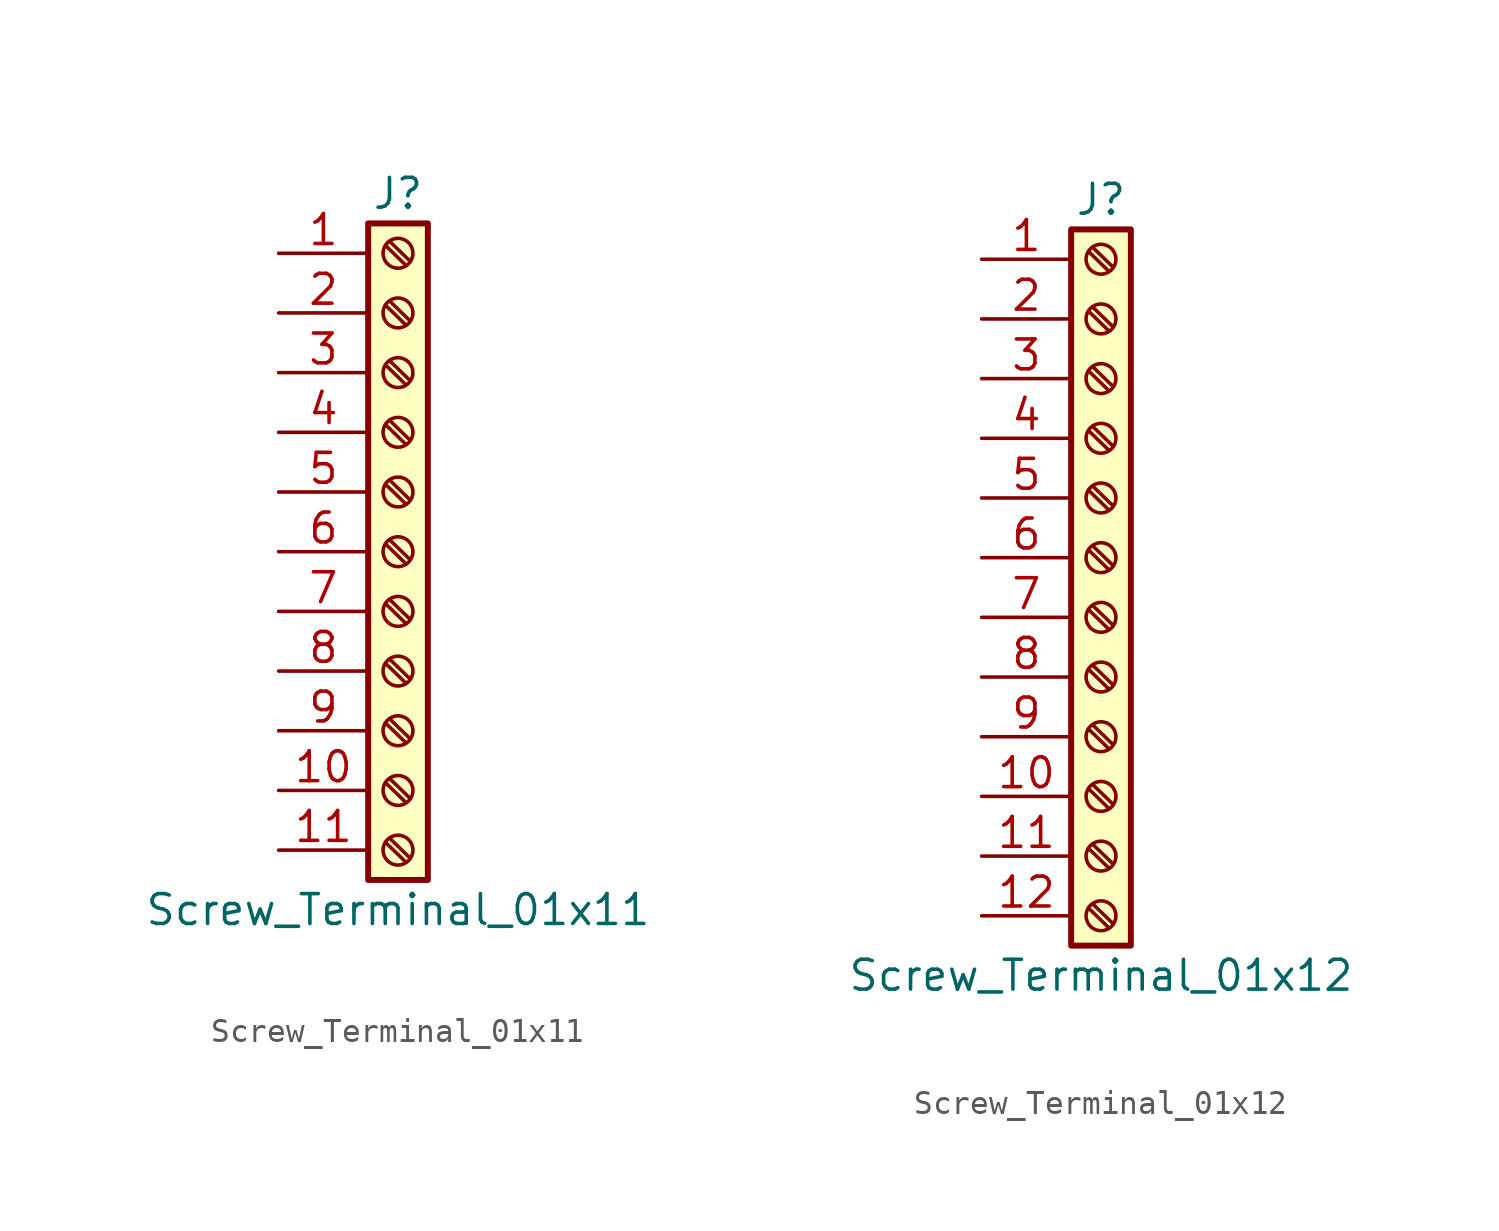
<source format=kicad_sym>
(kicad_symbol_lib
  (version 20201005)
  (generator kicad_symbol_editor)
  (symbol "Connector:Screw_Terminal_01x11"
    (pin_names
      (offset 1.016) hide)
    (property "Reference" "J"
      (at 0 15.24 0)
      (effects (font (size 1.27 1.27))))
    (property "Value" "Screw_Terminal_01x11"
      (at 0 -15.24 0)
      (effects (font (size 1.27 1.27))))
    (symbol "Screw_Terminal_01x11_1_1"
      (circle (center 0 -12.7) (radius 0.635) (stroke (width 0.152)) (fill (type none)))
      (circle (center 0 -10.16) (radius 0.635) (stroke (width 0.152)) (fill (type none)))
      (circle (center 0 -7.62) (radius 0.635) (stroke (width 0.152)) (fill (type none)))
      (circle (center 0 -5.08) (radius 0.635) (stroke (width 0.152)) (fill (type none)))
      (circle (center 0 -2.54) (radius 0.635) (stroke (width 0.152)) (fill (type none)))
      (circle (center 0 0) (radius 0.635) (stroke (width 0.152)) (fill (type none)))
      (circle (center 0 2.54) (radius 0.635) (stroke (width 0.152)) (fill (type none)))
      (circle (center 0 5.08) (radius 0.635) (stroke (width 0.152)) (fill (type none)))
      (circle (center 0 7.62) (radius 0.635) (stroke (width 0.152)) (fill (type none)))
      (circle (center 0 10.16) (radius 0.635) (stroke (width 0.152)) (fill (type none)))
      (circle (center 0 12.7) (radius 0.635) (stroke (width 0.152)) (fill (type none)))
      (rectangle (start -1.27 13.97) (end 1.27 -13.97) (stroke (width 0.254)) (fill (type background)))
      (polyline (pts (xy -0.533 -12.37) (xy 0.33 -13.208)) (stroke (width 0.152)) (fill (type none)))
      (polyline (pts (xy -0.533 -9.83) (xy 0.33 -10.668)) (stroke (width 0.152)) (fill (type none)))
      (polyline (pts (xy -0.533 -7.29) (xy 0.33 -8.128)) (stroke (width 0.152)) (fill (type none)))
      (polyline (pts (xy -0.533 -4.75) (xy 0.33 -5.588)) (stroke (width 0.152)) (fill (type none)))
      (polyline (pts (xy -0.533 -2.21) (xy 0.33 -3.048)) (stroke (width 0.152)) (fill (type none)))
      (polyline (pts (xy -0.533 0.33) (xy 0.33 -0.508)) (stroke (width 0.152)) (fill (type none)))
      (polyline (pts (xy -0.533 2.87) (xy 0.33 2.032)) (stroke (width 0.152)) (fill (type none)))
      (polyline (pts (xy -0.533 5.41) (xy 0.33 4.572)) (stroke (width 0.152)) (fill (type none)))
      (polyline (pts (xy -0.533 7.95) (xy 0.33 7.112)) (stroke (width 0.152)) (fill (type none)))
      (polyline (pts (xy -0.533 10.49) (xy 0.33 9.652)) (stroke (width 0.152)) (fill (type none)))
      (polyline (pts (xy -0.533 13.03) (xy 0.33 12.192)) (stroke (width 0.152)) (fill (type none)))
      (polyline (pts (xy -0.356 -12.192) (xy 0.508 -13.03)) (stroke (width 0.152)) (fill (type none)))
      (polyline (pts (xy -0.356 -9.652) (xy 0.508 -10.49)) (stroke (width 0.152)) (fill (type none)))
      (polyline (pts (xy -0.356 -7.112) (xy 0.508 -7.95)) (stroke (width 0.152)) (fill (type none)))
      (polyline (pts (xy -0.356 -4.572) (xy 0.508 -5.41)) (stroke (width 0.152)) (fill (type none)))
      (polyline (pts (xy -0.356 -2.032) (xy 0.508 -2.87)) (stroke (width 0.152)) (fill (type none)))
      (polyline (pts (xy -0.356 0.508) (xy 0.508 -0.33)) (stroke (width 0.152)) (fill (type none)))
      (polyline (pts (xy -0.356 3.048) (xy 0.508 2.21)) (stroke (width 0.152)) (fill (type none)))
      (polyline (pts (xy -0.356 5.588) (xy 0.508 4.75)) (stroke (width 0.152)) (fill (type none)))
      (polyline (pts (xy -0.356 8.128) (xy 0.508 7.29)) (stroke (width 0.152)) (fill (type none)))
      (polyline (pts (xy -0.356 10.668) (xy 0.508 9.83)) (stroke (width 0.152)) (fill (type none)))
      (polyline (pts (xy -0.356 13.208) (xy 0.508 12.37)) (stroke (width 0.152)) (fill (type none)))
      (pin passive line (at -5.08 12.7 0) (length 3.81) (name "Pin_1" (effects (font (size 1.27 1.27)))) (number "1" (effects (font (size 1.27 1.27)))))
      (pin passive line (at -5.08 -10.16 0) (length 3.81) (name "Pin_10" (effects (font (size 1.27 1.27)))) (number "10" (effects (font (size 1.27 1.27)))))
      (pin passive line (at -5.08 -12.7 0) (length 3.81) (name "Pin_11" (effects (font (size 1.27 1.27)))) (number "11" (effects (font (size 1.27 1.27)))))
      (pin passive line (at -5.08 10.16 0) (length 3.81) (name "Pin_2" (effects (font (size 1.27 1.27)))) (number "2" (effects (font (size 1.27 1.27)))))
      (pin passive line (at -5.08 7.62 0) (length 3.81) (name "Pin_3" (effects (font (size 1.27 1.27)))) (number "3" (effects (font (size 1.27 1.27)))))
      (pin passive line (at -5.08 5.08 0) (length 3.81) (name "Pin_4" (effects (font (size 1.27 1.27)))) (number "4" (effects (font (size 1.27 1.27)))))
      (pin passive line (at -5.08 2.54 0) (length 3.81) (name "Pin_5" (effects (font (size 1.27 1.27)))) (number "5" (effects (font (size 1.27 1.27)))))
      (pin passive line (at -5.08 0 0) (length 3.81) (name "Pin_6" (effects (font (size 1.27 1.27)))) (number "6" (effects (font (size 1.27 1.27)))))
      (pin passive line (at -5.08 -2.54 0) (length 3.81) (name "Pin_7" (effects (font (size 1.27 1.27)))) (number "7" (effects (font (size 1.27 1.27)))))
      (pin passive line (at -5.08 -5.08 0) (length 3.81) (name "Pin_8" (effects (font (size 1.27 1.27)))) (number "8" (effects (font (size 1.27 1.27)))))
      (pin passive line (at -5.08 -7.62 0) (length 3.81) (name "Pin_9" (effects (font (size 1.27 1.27)))) (number "9" (effects (font (size 1.27 1.27)))))))
  (symbol "Connector:Screw_Terminal_01x12"
    (pin_names
      (offset 1.016) hide)
    (property "Reference" "J"
      (at 0 15.24 0)
      (effects (font (size 1.27 1.27))))
    (property "Value" "Screw_Terminal_01x12"
      (at 0 -17.78 0)
      (effects (font (size 1.27 1.27))))
    (symbol "Screw_Terminal_01x12_1_1"
      (circle (center 0 -15.24) (radius 0.635) (stroke (width 0.152)) (fill (type none)))
      (circle (center 0 -12.7) (radius 0.635) (stroke (width 0.152)) (fill (type none)))
      (circle (center 0 -10.16) (radius 0.635) (stroke (width 0.152)) (fill (type none)))
      (circle (center 0 -7.62) (radius 0.635) (stroke (width 0.152)) (fill (type none)))
      (circle (center 0 -5.08) (radius 0.635) (stroke (width 0.152)) (fill (type none)))
      (circle (center 0 -2.54) (radius 0.635) (stroke (width 0.152)) (fill (type none)))
      (circle (center 0 0) (radius 0.635) (stroke (width 0.152)) (fill (type none)))
      (circle (center 0 2.54) (radius 0.635) (stroke (width 0.152)) (fill (type none)))
      (circle (center 0 5.08) (radius 0.635) (stroke (width 0.152)) (fill (type none)))
      (circle (center 0 7.62) (radius 0.635) (stroke (width 0.152)) (fill (type none)))
      (circle (center 0 10.16) (radius 0.635) (stroke (width 0.152)) (fill (type none)))
      (circle (center 0 12.7) (radius 0.635) (stroke (width 0.152)) (fill (type none)))
      (rectangle (start -1.27 13.97) (end 1.27 -16.51) (stroke (width 0.254)) (fill (type background)))
      (polyline (pts (xy -0.533 -14.91) (xy 0.33 -15.748)) (stroke (width 0.152)) (fill (type none)))
      (polyline (pts (xy -0.533 -12.37) (xy 0.33 -13.208)) (stroke (width 0.152)) (fill (type none)))
      (polyline (pts (xy -0.533 -9.83) (xy 0.33 -10.668)) (stroke (width 0.152)) (fill (type none)))
      (polyline (pts (xy -0.533 -7.29) (xy 0.33 -8.128)) (stroke (width 0.152)) (fill (type none)))
      (polyline (pts (xy -0.533 -4.75) (xy 0.33 -5.588)) (stroke (width 0.152)) (fill (type none)))
      (polyline (pts (xy -0.533 -2.21) (xy 0.33 -3.048)) (stroke (width 0.152)) (fill (type none)))
      (polyline (pts (xy -0.533 0.33) (xy 0.33 -0.508)) (stroke (width 0.152)) (fill (type none)))
      (polyline (pts (xy -0.533 2.87) (xy 0.33 2.032)) (stroke (width 0.152)) (fill (type none)))
      (polyline (pts (xy -0.533 5.41) (xy 0.33 4.572)) (stroke (width 0.152)) (fill (type none)))
      (polyline (pts (xy -0.533 7.95) (xy 0.33 7.112)) (stroke (width 0.152)) (fill (type none)))
      (polyline (pts (xy -0.533 10.49) (xy 0.33 9.652)) (stroke (width 0.152)) (fill (type none)))
      (polyline (pts (xy -0.533 13.03) (xy 0.33 12.192)) (stroke (width 0.152)) (fill (type none)))
      (polyline (pts (xy -0.356 -14.732) (xy 0.508 -15.57)) (stroke (width 0.152)) (fill (type none)))
      (polyline (pts (xy -0.356 -12.192) (xy 0.508 -13.03)) (stroke (width 0.152)) (fill (type none)))
      (polyline (pts (xy -0.356 -9.652) (xy 0.508 -10.49)) (stroke (width 0.152)) (fill (type none)))
      (polyline (pts (xy -0.356 -7.112) (xy 0.508 -7.95)) (stroke (width 0.152)) (fill (type none)))
      (polyline (pts (xy -0.356 -4.572) (xy 0.508 -5.41)) (stroke (width 0.152)) (fill (type none)))
      (polyline (pts (xy -0.356 -2.032) (xy 0.508 -2.87)) (stroke (width 0.152)) (fill (type none)))
      (polyline (pts (xy -0.356 0.508) (xy 0.508 -0.33)) (stroke (width 0.152)) (fill (type none)))
      (polyline (pts (xy -0.356 3.048) (xy 0.508 2.21)) (stroke (width 0.152)) (fill (type none)))
      (polyline (pts (xy -0.356 5.588) (xy 0.508 4.75)) (stroke (width 0.152)) (fill (type none)))
      (polyline (pts (xy -0.356 8.128) (xy 0.508 7.29)) (stroke (width 0.152)) (fill (type none)))
      (polyline (pts (xy -0.356 10.668) (xy 0.508 9.83)) (stroke (width 0.152)) (fill (type none)))
      (polyline (pts (xy -0.356 13.208) (xy 0.508 12.37)) (stroke (width 0.152)) (fill (type none)))
      (pin passive line (at -5.08 12.7 0) (length 3.81) (name "Pin_1" (effects (font (size 1.27 1.27)))) (number "1" (effects (font (size 1.27 1.27)))))
      (pin passive line (at -5.08 -10.16 0) (length 3.81) (name "Pin_10" (effects (font (size 1.27 1.27)))) (number "10" (effects (font (size 1.27 1.27)))))
      (pin passive line (at -5.08 -12.7 0) (length 3.81) (name "Pin_11" (effects (font (size 1.27 1.27)))) (number "11" (effects (font (size 1.27 1.27)))))
      (pin passive line (at -5.08 -15.24 0) (length 3.81) (name "Pin_12" (effects (font (size 1.27 1.27)))) (number "12" (effects (font (size 1.27 1.27)))))
      (pin passive line (at -5.08 10.16 0) (length 3.81) (name "Pin_2" (effects (font (size 1.27 1.27)))) (number "2" (effects (font (size 1.27 1.27)))))
      (pin passive line (at -5.08 7.62 0) (length 3.81) (name "Pin_3" (effects (font (size 1.27 1.27)))) (number "3" (effects (font (size 1.27 1.27)))))
      (pin passive line (at -5.08 5.08 0) (length 3.81) (name "Pin_4" (effects (font (size 1.27 1.27)))) (number "4" (effects (font (size 1.27 1.27)))))
      (pin passive line (at -5.08 2.54 0) (length 3.81) (name "Pin_5" (effects (font (size 1.27 1.27)))) (number "5" (effects (font (size 1.27 1.27)))))
      (pin passive line (at -5.08 0 0) (length 3.81) (name "Pin_6" (effects (font (size 1.27 1.27)))) (number "6" (effects (font (size 1.27 1.27)))))
      (pin passive line (at -5.08 -2.54 0) (length 3.81) (name "Pin_7" (effects (font (size 1.27 1.27)))) (number "7" (effects (font (size 1.27 1.27)))))
      (pin passive line (at -5.08 -5.08 0) (length 3.81) (name "Pin_8" (effects (font (size 1.27 1.27)))) (number "8" (effects (font (size 1.27 1.27)))))
      (pin passive line (at -5.08 -7.62 0) (length 3.81) (name "Pin_9" (effects (font (size 1.27 1.27)))) (number "9" (effects (font (size 1.27 1.27))))))))
</source>
